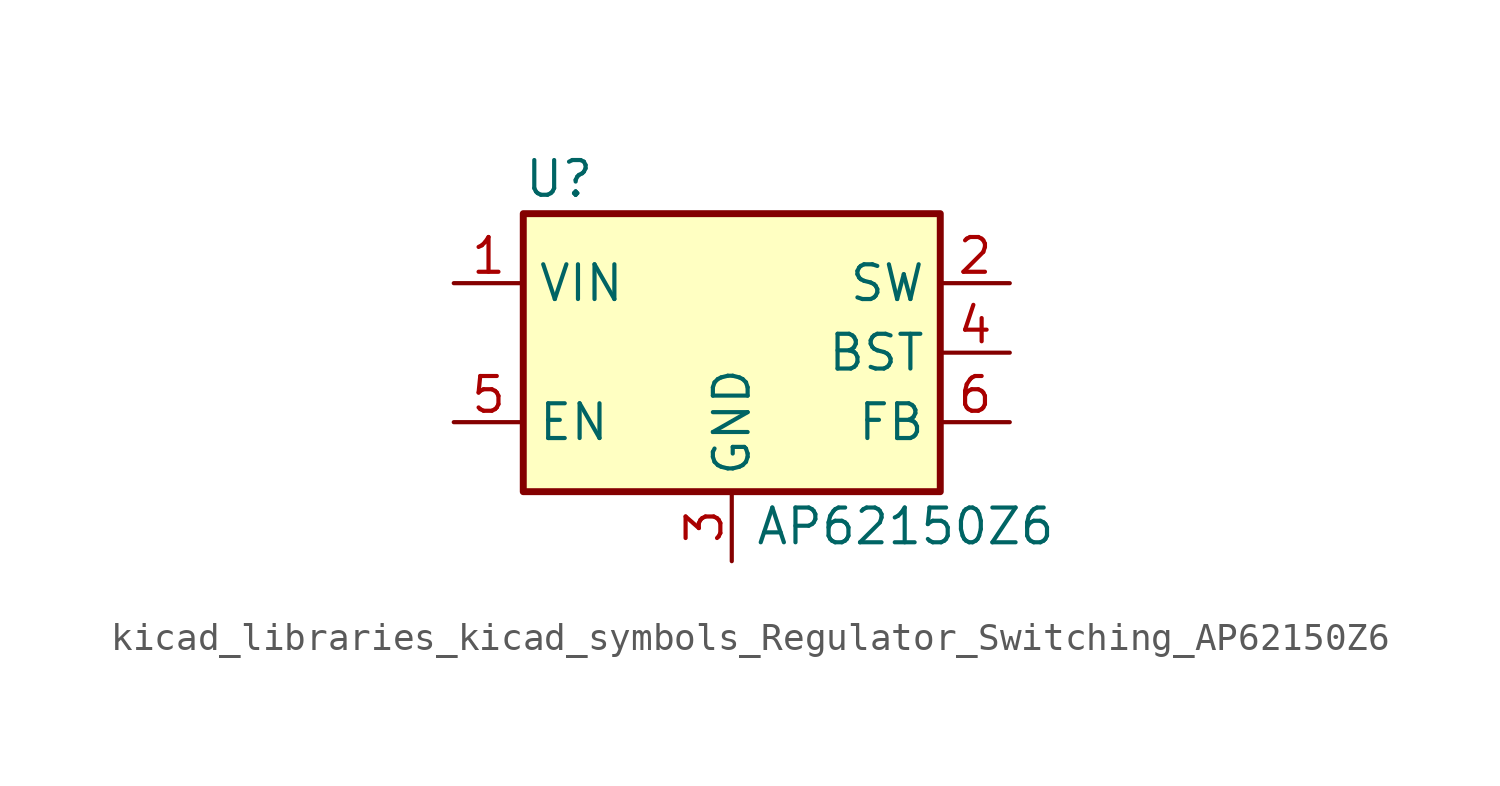
<source format=kicad_sym>
(kicad_symbol_lib
  (version 20220914)
  (generator kicad_symbol_editor)
  (symbol "kicad_libraries_kicad_symbols_Regulator_Switching_AP62150Z6"
    (property "Reference" "U"
      (at -7.62 6.35 0)
      (effects (font (size 1.27 1.27)) (justify left)))
    (property "Value" "AP62150Z6"
      (at 6.35 -6.35 0)
      (effects (font (size 1.27 1.27))))
    (symbol "kicad_libraries_kicad_symbols_Regulator_Switching_AP62150Z6_0_1"
      (rectangle (start -7.62 5.08) (end 7.62 -5.08) (stroke (width 0.254) (type default)) (fill (type background))))
    (symbol "kicad_libraries_kicad_symbols_Regulator_Switching_AP62150Z6_1_1"
      (pin power_in line (at -10.16 2.54 0) (length 2.54) (name "VIN" (effects (font (size 1.27 1.27)))) (number "1" (effects (font (size 1.27 1.27)))))
      (pin output line (at 10.16 2.54 180) (length 2.54) (name "SW" (effects (font (size 1.27 1.27)))) (number "2" (effects (font (size 1.27 1.27)))))
      (pin power_in line (at 0 -7.62 90) (length 2.54) (name "GND" (effects (font (size 1.27 1.27)))) (number "3" (effects (font (size 1.27 1.27)))))
      (pin passive line (at 10.16 0 180) (length 2.54) (name "BST" (effects (font (size 1.27 1.27)))) (number "4" (effects (font (size 1.27 1.27)))))
      (pin input line (at -10.16 -2.54 0) (length 2.54) (name "EN" (effects (font (size 1.27 1.27)))) (number "5" (effects (font (size 1.27 1.27)))))
      (pin input line (at 10.16 -2.54 180) (length 2.54) (name "FB" (effects (font (size 1.27 1.27)))) (number "6" (effects (font (size 1.27 1.27))))))))
</source>
